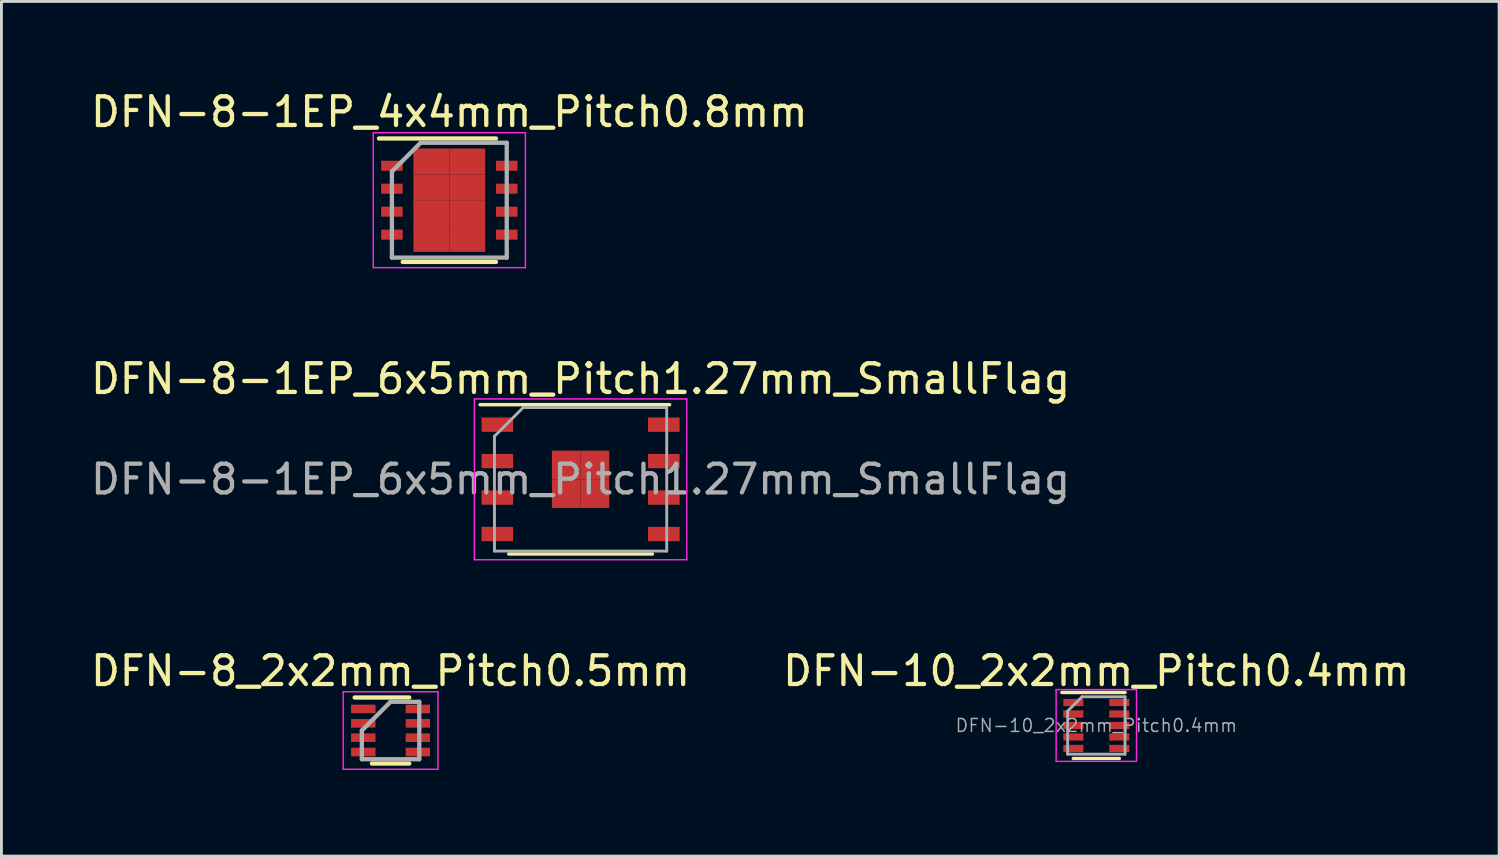
<source format=kicad_pcb>
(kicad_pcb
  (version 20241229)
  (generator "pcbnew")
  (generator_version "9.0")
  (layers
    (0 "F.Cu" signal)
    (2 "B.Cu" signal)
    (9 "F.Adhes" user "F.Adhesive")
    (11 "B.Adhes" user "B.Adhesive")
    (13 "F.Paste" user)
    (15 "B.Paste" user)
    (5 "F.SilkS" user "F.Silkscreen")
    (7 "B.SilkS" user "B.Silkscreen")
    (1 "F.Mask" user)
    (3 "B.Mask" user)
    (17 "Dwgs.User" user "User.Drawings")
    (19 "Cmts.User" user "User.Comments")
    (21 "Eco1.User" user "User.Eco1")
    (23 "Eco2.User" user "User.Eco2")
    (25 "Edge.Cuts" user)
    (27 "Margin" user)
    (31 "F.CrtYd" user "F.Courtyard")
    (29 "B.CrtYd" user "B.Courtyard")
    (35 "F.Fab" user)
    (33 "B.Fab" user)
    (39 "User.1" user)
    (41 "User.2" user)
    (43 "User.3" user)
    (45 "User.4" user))
  (footprint "DFN-8-1EP_6x5mm_Pitch1.27mm_SmallFlag"
    (layer "F.Cu")
    (at 17.173 13.646)
    (property "Reference" "DFN-8-1EP_6x5mm_Pitch1.27mm_SmallFlag" (at 0 -3.5 0) (layer "F.SilkS") (effects (font (size 1 1) (thickness 0.15))))
    (attr smd)
    (fp_line (start -3.5 -2.6) (end 3.1 -2.6) (stroke (width 0.12) (type solid)) (layer "F.SilkS"))
    (fp_line (start -2.5 2.6) (end 2.5 2.6) (stroke (width 0.12) (type solid)) (layer "F.SilkS"))
    (fp_line (start -3.7 -2.8) (end 3.7 -2.8) (stroke (width 0.05) (type solid)) (layer "F.CrtYd"))
    (fp_line (start -3.7 2.8) (end -3.7 -2.8) (stroke (width 0.05) (type solid)) (layer "F.CrtYd"))
    (fp_line (start 3.7 -2.8) (end 3.7 2.8) (stroke (width 0.05) (type solid)) (layer "F.CrtYd"))
    (fp_line (start 3.7 2.8) (end -3.7 2.8) (stroke (width 0.05) (type solid)) (layer "F.CrtYd"))
    (fp_line (start -3 2.5) (end -3 -1.5) (stroke (width 0.1) (type solid)) (layer "F.Fab"))
    (fp_line (start -2 -2.5) (end -3 -1.5) (stroke (width 0.1) (type solid)) (layer "F.Fab"))
    (fp_line (start -2 -2.5) (end 3 -2.5) (stroke (width 0.1) (type solid)) (layer "F.Fab"))
    (fp_line (start 3 -2.5) (end 3 2.5) (stroke (width 0.1) (type solid)) (layer "F.Fab"))
    (fp_line (start 3 2.5) (end -3 2.5) (stroke (width 0.1) (type solid)) (layer "F.Fab"))
    (fp_text user "${REFERENCE}" (at 0 0 0) (layer "F.Fab") (effects (font (size 1 1) (thickness 0.15))))
    (pad "1" smd rect (at -2.9 -1.905 270) (size 0.5 1.1) (layers "F.Cu" "F.Mask" "F.Paste"))
    (pad "2" smd rect (at -2.9 -0.635 270) (size 0.5 1.1) (layers "F.Cu" "F.Mask" "F.Paste"))
    (pad "3" smd rect (at -2.9 0.635 270) (size 0.5 1.1) (layers "F.Cu" "F.Mask" "F.Paste"))
    (pad "4" smd rect (at -2.9 1.905 270) (size 0.5 1.1) (layers "F.Cu" "F.Mask" "F.Paste"))
    (pad "5" smd rect (at 2.9 1.905 270) (size 0.5 1.1) (layers "F.Cu" "F.Mask" "F.Paste"))
    (pad "6" smd rect (at 2.9 0.635 270) (size 0.5 1.1) (layers "F.Cu" "F.Mask" "F.Paste"))
    (pad "7" smd rect (at 2.9 -0.635 270) (size 0.5 1.1) (layers "F.Cu" "F.Mask" "F.Paste"))
    (pad "8" smd rect (at 2.9 -1.905 270) (size 0.5 1.1) (layers "F.Cu" "F.Mask" "F.Paste"))
    (pad "9" smd rect (at -0.5 -0.5 270) (size 1 1) (layers "F.Cu" "F.Mask" "F.Paste"))
    (pad "9" smd rect (at -0.5 0.5 270) (size 1 1) (layers "F.Cu" "F.Mask" "F.Paste"))
    (pad "9" smd rect (at 0.5 -0.5 270) (size 1 1) (layers "F.Cu" "F.Mask" "F.Paste"))
    (pad "9" smd rect (at 0.5 0.5 270) (size 1 1) (layers "F.Cu" "F.Mask" "F.Paste")))
  (footprint "DFN-10_2x2mm_Pitch0.4mm"
    (layer "F.Cu")
    (at 35.137 22.22)
    (property "Reference" "DFN-10_2x2mm_Pitch0.4mm" (at 0 -1.9 0) (layer "F.SilkS") (effects (font (size 1 1) (thickness 0.15))))
    (attr smd)
    (fp_line (start 0.8 1.15) (end -0.8 1.15) (stroke (width 0.12) (type solid)) (layer "F.SilkS"))
    (fp_line (start 1 -1.15) (end -1.2 -1.15) (stroke (width 0.12) (type solid)) (layer "F.SilkS"))
    (fp_line (start -1.4 1.25) (end -1.4 -1.25) (stroke (width 0.05) (type solid)) (layer "F.CrtYd"))
    (fp_line (start -1.4 1.25) (end 1.4 1.25) (stroke (width 0.05) (type solid)) (layer "F.CrtYd"))
    (fp_line (start 1.4 -1.25) (end -1.4 -1.25) (stroke (width 0.05) (type solid)) (layer "F.CrtYd"))
    (fp_line (start 1.4 -1.25) (end 1.4 1.25) (stroke (width 0.05) (type solid)) (layer "F.CrtYd"))
    (fp_line (start -1 -0.5) (end -1 1) (stroke (width 0.1) (type solid)) (layer "F.Fab"))
    (fp_line (start -0.5 -1) (end -1 -0.5) (stroke (width 0.1) (type solid)) (layer "F.Fab"))
    (fp_line (start 1 -1) (end -0.5 -1) (stroke (width 0.1) (type solid)) (layer "F.Fab"))
    (fp_line (start 1 1) (end -1 1) (stroke (width 0.1) (type solid)) (layer "F.Fab"))
    (fp_line (start 1 1) (end 1 -1) (stroke (width 0.1) (type solid)) (layer "F.Fab"))
    (fp_text user "${REFERENCE}" (at 0 0 0) (layer "F.Fab") (effects (font (size 0.45 0.45) (thickness 0.05))))
    (pad "1" smd rect (at -0.8 -0.8) (size 0.7 0.25) (layers "F.Cu" "F.Mask" "F.Paste"))
    (pad "2" smd rect (at -0.8 -0.4) (size 0.7 0.25) (layers "F.Cu" "F.Mask" "F.Paste"))
    (pad "3" smd rect (at -0.8 0) (size 0.7 0.25) (layers "F.Cu" "F.Mask" "F.Paste"))
    (pad "4" smd rect (at -0.8 0.4) (size 0.7 0.25) (layers "F.Cu" "F.Mask" "F.Paste"))
    (pad "5" smd rect (at -0.8 0.8) (size 0.7 0.25) (layers "F.Cu" "F.Mask" "F.Paste"))
    (pad "6" smd rect (at 0.8 0.8) (size 0.7 0.25) (layers "F.Cu" "F.Mask" "F.Paste"))
    (pad "7" smd rect (at 0.8 0.4) (size 0.7 0.25) (layers "F.Cu" "F.Mask" "F.Paste"))
    (pad "8" smd rect (at 0.8 0) (size 0.7 0.25) (layers "F.Cu" "F.Mask" "F.Paste"))
    (pad "9" smd rect (at 0.8 -0.4) (size 0.7 0.25) (layers "F.Cu" "F.Mask" "F.Paste"))
    (pad "10" smd rect (at 0.8 -0.8) (size 0.7 0.25) (layers "F.Cu" "F.Mask" "F.Paste")))
  (footprint "DFN-8-1EP_4x4mm_Pitch0.8mm"
    (layer "F.Cu")
    (at 12.601 3.923)
    (property "Reference" "DFN-8-1EP_4x4mm_Pitch0.8mm" (at 0 -3.075 0) (layer "F.SilkS") (effects (font (size 1 1) (thickness 0.15))))
    (attr smd)
    (fp_line (start -2.45 -2.15) (end 1.625 -2.15) (stroke (width 0.15) (type solid)) (layer "F.SilkS"))
    (fp_line (start -1.625 2.15) (end 1.625 2.15) (stroke (width 0.15) (type solid)) (layer "F.SilkS"))
    (fp_line (start -2.65 -2.35) (end -2.65 2.35) (stroke (width 0.05) (type solid)) (layer "F.CrtYd"))
    (fp_line (start -2.65 -2.35) (end 2.65 -2.35) (stroke (width 0.05) (type solid)) (layer "F.CrtYd"))
    (fp_line (start -2.65 2.35) (end 2.65 2.35) (stroke (width 0.05) (type solid)) (layer "F.CrtYd"))
    (fp_line (start 2.65 -2.35) (end 2.65 2.35) (stroke (width 0.05) (type solid)) (layer "F.CrtYd"))
    (fp_line (start -2 -1) (end -1 -2) (stroke (width 0.15) (type solid)) (layer "F.Fab"))
    (fp_line (start -2 2) (end -2 -1) (stroke (width 0.15) (type solid)) (layer "F.Fab"))
    (fp_line (start -1 -2) (end 2 -2) (stroke (width 0.15) (type solid)) (layer "F.Fab"))
    (fp_line (start 2 -2) (end 2 2) (stroke (width 0.15) (type solid)) (layer "F.Fab"))
    (fp_line (start 2 2) (end -2 2) (stroke (width 0.15) (type solid)) (layer "F.Fab"))
    (pad "1" smd rect (at -2 -1.2) (size 0.75 0.35) (layers "F.Cu" "F.Mask" "F.Paste"))
    (pad "2" smd rect (at -2 -0.4) (size 0.75 0.35) (layers "F.Cu" "F.Mask" "F.Paste"))
    (pad "3" smd rect (at -2 0.4) (size 0.75 0.35) (layers "F.Cu" "F.Mask" "F.Paste"))
    (pad "4" smd rect (at -2 1.2) (size 0.75 0.35) (layers "F.Cu" "F.Mask" "F.Paste"))
    (pad "5" smd rect (at 2 1.2) (size 0.75 0.35) (layers "F.Cu" "F.Mask" "F.Paste"))
    (pad "6" smd rect (at 2 0.4) (size 0.75 0.35) (layers "F.Cu" "F.Mask" "F.Paste"))
    (pad "7" smd rect (at 2 -0.4) (size 0.75 0.35) (layers "F.Cu" "F.Mask" "F.Paste"))
    (pad "8" smd rect (at 2 -1.2) (size 0.75 0.35) (layers "F.Cu" "F.Mask" "F.Paste"))
    (pad "9" smd rect (at -0.625 -1.35) (size 1.25 0.9) (layers "F.Cu" "F.Mask" "F.Paste"))
    (pad "9" smd rect (at -0.625 -0.45) (size 1.25 0.9) (layers "F.Cu" "F.Mask" "F.Paste"))
    (pad "9" smd rect (at -0.625 0.45) (size 1.25 0.9) (layers "F.Cu" "F.Mask" "F.Paste"))
    (pad "9" smd rect (at -0.625 1.35) (size 1.25 0.9) (layers "F.Cu" "F.Mask" "F.Paste"))
    (pad "9" smd rect (at 0.625 -1.35) (size 1.25 0.9) (layers "F.Cu" "F.Mask" "F.Paste"))
    (pad "9" smd rect (at 0.625 -0.45) (size 1.25 0.9) (layers "F.Cu" "F.Mask" "F.Paste"))
    (pad "9" smd rect (at 0.625 0.45) (size 1.25 0.9) (layers "F.Cu" "F.Mask" "F.Paste"))
    (pad "9" smd rect (at 0.625 1.35) (size 1.25 0.9) (layers "F.Cu" "F.Mask" "F.Paste")))
  (footprint "DFN-8_2x2mm_Pitch0.5mm"
    (layer "F.Cu")
    (at 10.554 22.395)
    (property "Reference" "DFN-8_2x2mm_Pitch0.5mm" (at 0 -2.075 0) (layer "F.SilkS") (effects (font (size 1 1) (thickness 0.15))))
    (attr smd)
    (fp_line (start -1.25 -1.15) (end 0.65 -1.15) (stroke (width 0.15) (type solid)) (layer "F.SilkS"))
    (fp_line (start -0.65 1.15) (end 0.65 1.15) (stroke (width 0.15) (type solid)) (layer "F.SilkS"))
    (fp_line (start -1.65 -1.35) (end -1.65 1.35) (stroke (width 0.05) (type solid)) (layer "F.CrtYd"))
    (fp_line (start -1.65 -1.35) (end 1.65 -1.35) (stroke (width 0.05) (type solid)) (layer "F.CrtYd"))
    (fp_line (start -1.65 1.35) (end 1.65 1.35) (stroke (width 0.05) (type solid)) (layer "F.CrtYd"))
    (fp_line (start 1.65 -1.35) (end 1.65 1.35) (stroke (width 0.05) (type solid)) (layer "F.CrtYd"))
    (fp_line (start -1 0) (end 0 -1) (stroke (width 0.15) (type solid)) (layer "F.Fab"))
    (fp_line (start -1 1) (end -1 0) (stroke (width 0.15) (type solid)) (layer "F.Fab"))
    (fp_line (start 0 -1) (end 1 -1) (stroke (width 0.15) (type solid)) (layer "F.Fab"))
    (fp_line (start 1 -1) (end 1 1) (stroke (width 0.15) (type solid)) (layer "F.Fab"))
    (fp_line (start 1 1) (end -1 1) (stroke (width 0.15) (type solid)) (layer "F.Fab"))
    (pad "1" smd rect (at -0.95 -0.75) (size 0.85 0.3) (layers "F.Cu" "F.Mask" "F.Paste"))
    (pad "2" smd rect (at -0.95 -0.25) (size 0.85 0.3) (layers "F.Cu" "F.Mask" "F.Paste"))
    (pad "3" smd rect (at -0.95 0.25) (size 0.85 0.3) (layers "F.Cu" "F.Mask" "F.Paste"))
    (pad "4" smd rect (at -0.95 0.75) (size 0.85 0.3) (layers "F.Cu" "F.Mask" "F.Paste"))
    (pad "5" smd rect (at 0.95 0.75) (size 0.85 0.3) (layers "F.Cu" "F.Mask" "F.Paste"))
    (pad "6" smd rect (at 0.95 0.25) (size 0.85 0.3) (layers "F.Cu" "F.Mask" "F.Paste"))
    (pad "7" smd rect (at 0.95 -0.25) (size 0.85 0.3) (layers "F.Cu" "F.Mask" "F.Paste"))
    (pad "8" smd rect (at 0.95 -0.75) (size 0.85 0.3) (layers "F.Cu" "F.Mask" "F.Paste")))
  (gr_rect
    (start -3 -3)
    (end 49.167 26.77)
    (stroke (width 0.1) (type default))
    (fill no)
    (layer "Edge.Cuts")))
</source>
